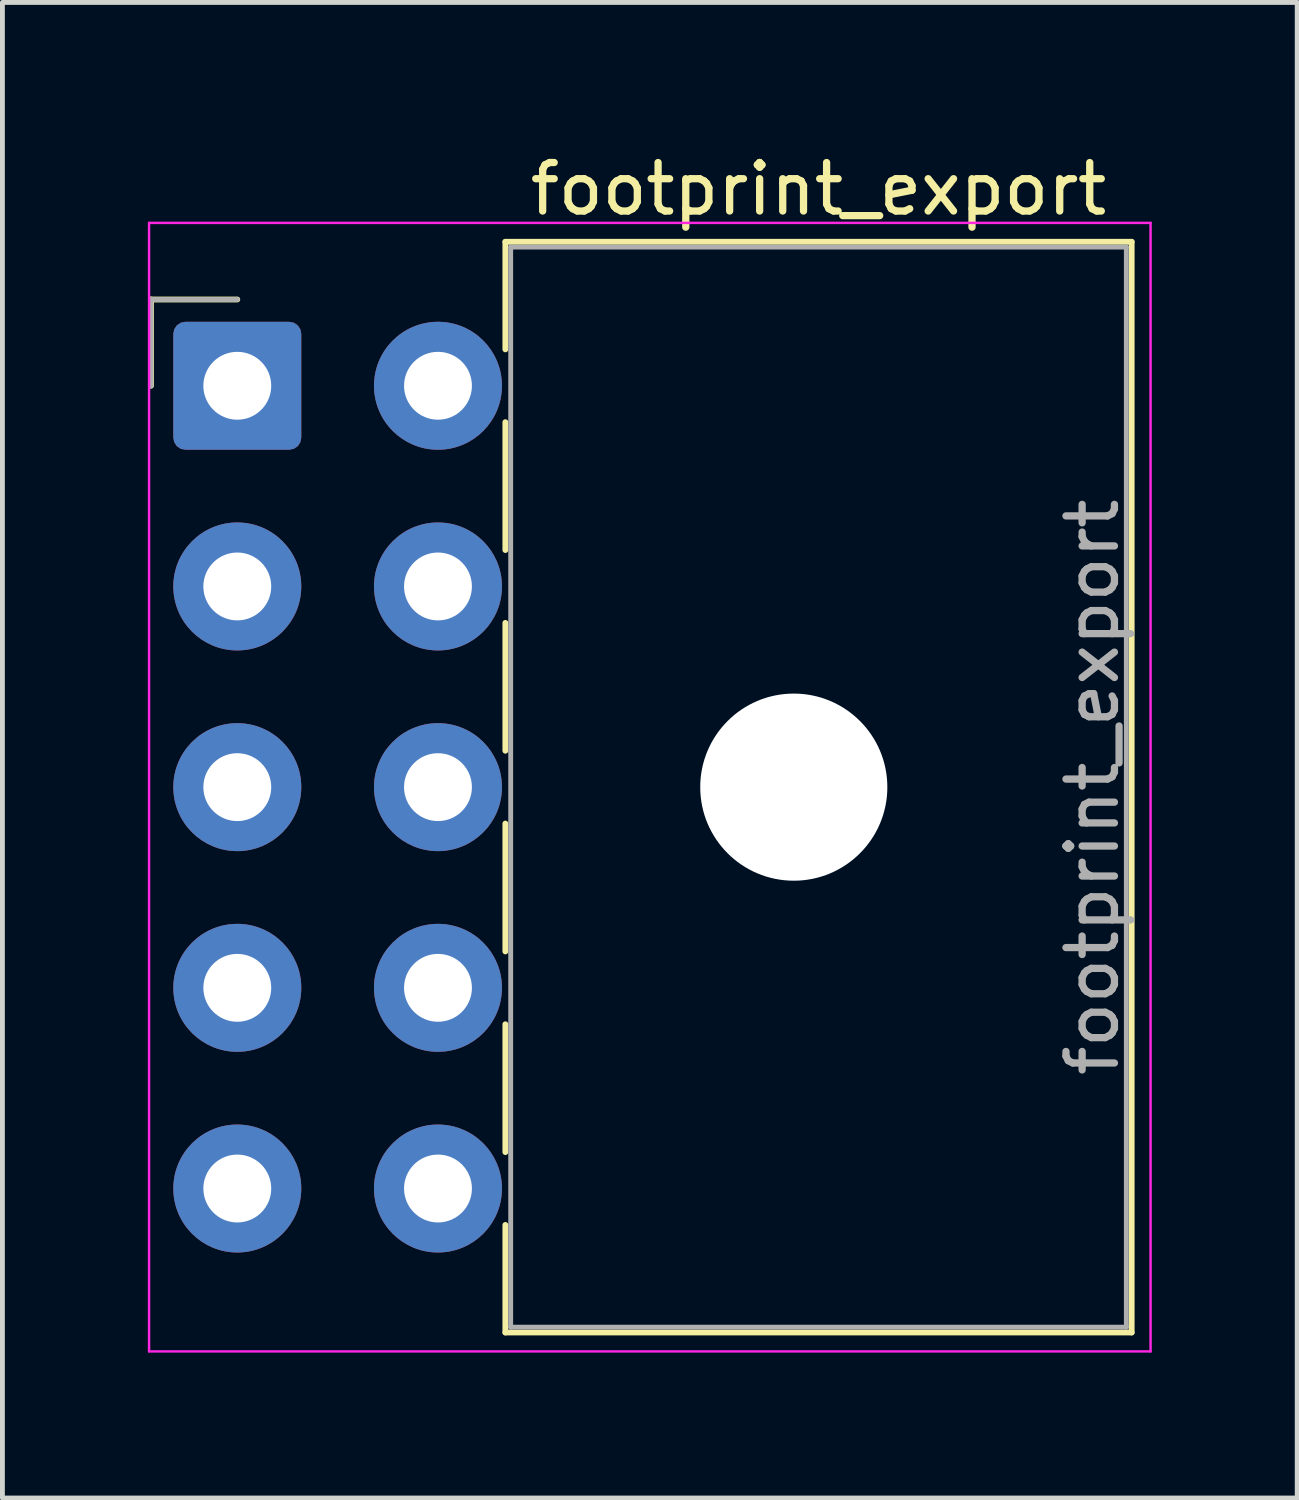
<source format=kicad_pcb>
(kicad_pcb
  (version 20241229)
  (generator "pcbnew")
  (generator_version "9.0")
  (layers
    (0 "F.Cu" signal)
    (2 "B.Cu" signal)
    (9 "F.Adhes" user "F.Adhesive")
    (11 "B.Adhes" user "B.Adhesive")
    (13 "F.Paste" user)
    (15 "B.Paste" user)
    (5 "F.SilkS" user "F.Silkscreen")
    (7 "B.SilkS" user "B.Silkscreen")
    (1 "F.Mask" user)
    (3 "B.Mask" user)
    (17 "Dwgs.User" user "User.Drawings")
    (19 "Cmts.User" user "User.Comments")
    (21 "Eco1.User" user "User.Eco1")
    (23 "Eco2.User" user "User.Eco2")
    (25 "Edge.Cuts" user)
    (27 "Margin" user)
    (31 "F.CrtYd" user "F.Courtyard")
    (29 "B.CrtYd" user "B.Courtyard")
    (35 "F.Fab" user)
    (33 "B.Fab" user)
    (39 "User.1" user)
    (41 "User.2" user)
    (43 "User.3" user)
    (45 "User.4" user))
  (footprint "footprint_export"
    (layer "F.Cu")
    (at 1.845 4.908)
    (property "Reference" "footprint_export" (at 11.99 -4.06 0) (layer "F.SilkS") (effects (font (size 1 1) (thickness 0.15))))
    (attr through_hole)
    (fp_line (start -1.78 -1.78) (end -1.78 0) (stroke (width 0.12) (type solid)) (layer "F.SilkS"))
    (fp_line (start 0 -1.78) (end -1.78 -1.78) (stroke (width 0.12) (type solid)) (layer "F.SilkS"))
    (fp_line (start 5.53 -2.97) (end 18.45 -2.97) (stroke (width 0.12) (type solid)) (layer "F.SilkS"))
    (fp_line (start 5.53 -0.751) (end 5.53 -2.97) (stroke (width 0.12) (type solid)) (layer "F.SilkS"))
    (fp_line (start 5.53 0.751) (end 5.53 3.389) (stroke (width 0.12) (type solid)) (layer "F.SilkS"))
    (fp_line (start 5.53 4.891) (end 5.53 7.529) (stroke (width 0.12) (type solid)) (layer "F.SilkS"))
    (fp_line (start 5.53 9.031) (end 5.53 11.669) (stroke (width 0.12) (type solid)) (layer "F.SilkS"))
    (fp_line (start 5.53 13.171) (end 5.53 15.809) (stroke (width 0.12) (type solid)) (layer "F.SilkS"))
    (fp_line (start 5.53 19.53) (end 5.53 17.311) (stroke (width 0.12) (type solid)) (layer "F.SilkS"))
    (fp_line (start 18.45 -2.97) (end 18.45 19.53) (stroke (width 0.12) (type solid)) (layer "F.SilkS"))
    (fp_line (start 18.45 19.53) (end 5.53 19.53) (stroke (width 0.12) (type solid)) (layer "F.SilkS"))
    (fp_line (start -1.82 -3.36) (end -1.82 19.92) (stroke (width 0.05) (type solid)) (layer "F.CrtYd"))
    (fp_line (start -1.82 19.92) (end 18.84 19.92) (stroke (width 0.05) (type solid)) (layer "F.CrtYd"))
    (fp_line (start 18.84 -3.36) (end -1.82 -3.36) (stroke (width 0.05) (type solid)) (layer "F.CrtYd"))
    (fp_line (start 18.84 19.92) (end 18.84 -3.36) (stroke (width 0.05) (type solid)) (layer "F.CrtYd"))
    (fp_line (start -1.78 -1.78) (end -1.78 0) (stroke (width 0.1) (type solid)) (layer "F.Fab"))
    (fp_line (start 0 -1.78) (end -1.78 -1.78) (stroke (width 0.1) (type solid)) (layer "F.Fab"))
    (fp_line (start 5.64 -2.86) (end 5.64 19.42) (stroke (width 0.1) (type solid)) (layer "F.Fab"))
    (fp_line (start 5.64 19.42) (end 18.34 19.42) (stroke (width 0.1) (type solid)) (layer "F.Fab"))
    (fp_line (start 18.34 -2.86) (end 5.64 -2.86) (stroke (width 0.1) (type solid)) (layer "F.Fab"))
    (fp_line (start 18.34 19.42) (end 18.34 -2.86) (stroke (width 0.1) (type solid)) (layer "F.Fab"))
    (fp_text user "${REFERENCE}" (at 17.64 8.28 90) (layer "F.Fab") (effects (font (size 1 1) (thickness 0.15))))
    (pad "" np_thru_hole circle (at 11.48 8.28) (size 3.86 3.86) (drill 3.86) (layers "*.Cu" "*.Mask"))
    (pad "1" thru_hole roundrect (at 0 0) (size 2.64 2.64) (drill 1.4) (layers "*.Cu" "*.Mask") (roundrect_rratio 0.095))
    (pad "2" thru_hole circle (at 0 4.14) (size 2.64 2.64) (drill 1.4) (layers "*.Cu" "*.Mask"))
    (pad "3" thru_hole circle (at 0 8.28) (size 2.64 2.64) (drill 1.4) (layers "*.Cu" "*.Mask"))
    (pad "4" thru_hole circle (at 0 12.42) (size 2.64 2.64) (drill 1.4) (layers "*.Cu" "*.Mask"))
    (pad "5" thru_hole circle (at 0 16.56) (size 2.64 2.64) (drill 1.4) (layers "*.Cu" "*.Mask"))
    (pad "6" thru_hole circle (at 4.14 0) (size 2.64 2.64) (drill 1.4) (layers "*.Cu" "*.Mask"))
    (pad "7" thru_hole circle (at 4.14 4.14) (size 2.64 2.64) (drill 1.4) (layers "*.Cu" "*.Mask"))
    (pad "8" thru_hole circle (at 4.14 8.28) (size 2.64 2.64) (drill 1.4) (layers "*.Cu" "*.Mask"))
    (pad "9" thru_hole circle (at 4.14 12.42) (size 2.64 2.64) (drill 1.4) (layers "*.Cu" "*.Mask"))
    (pad "10" thru_hole circle (at 4.14 16.56) (size 2.64 2.64) (drill 1.4) (layers "*.Cu" "*.Mask")))
  (gr_rect
    (start -3 -3)
    (end 23.71 27.853)
    (stroke (width 0.1) (type default))
    (fill no)
    (layer "Edge.Cuts")))
</source>
